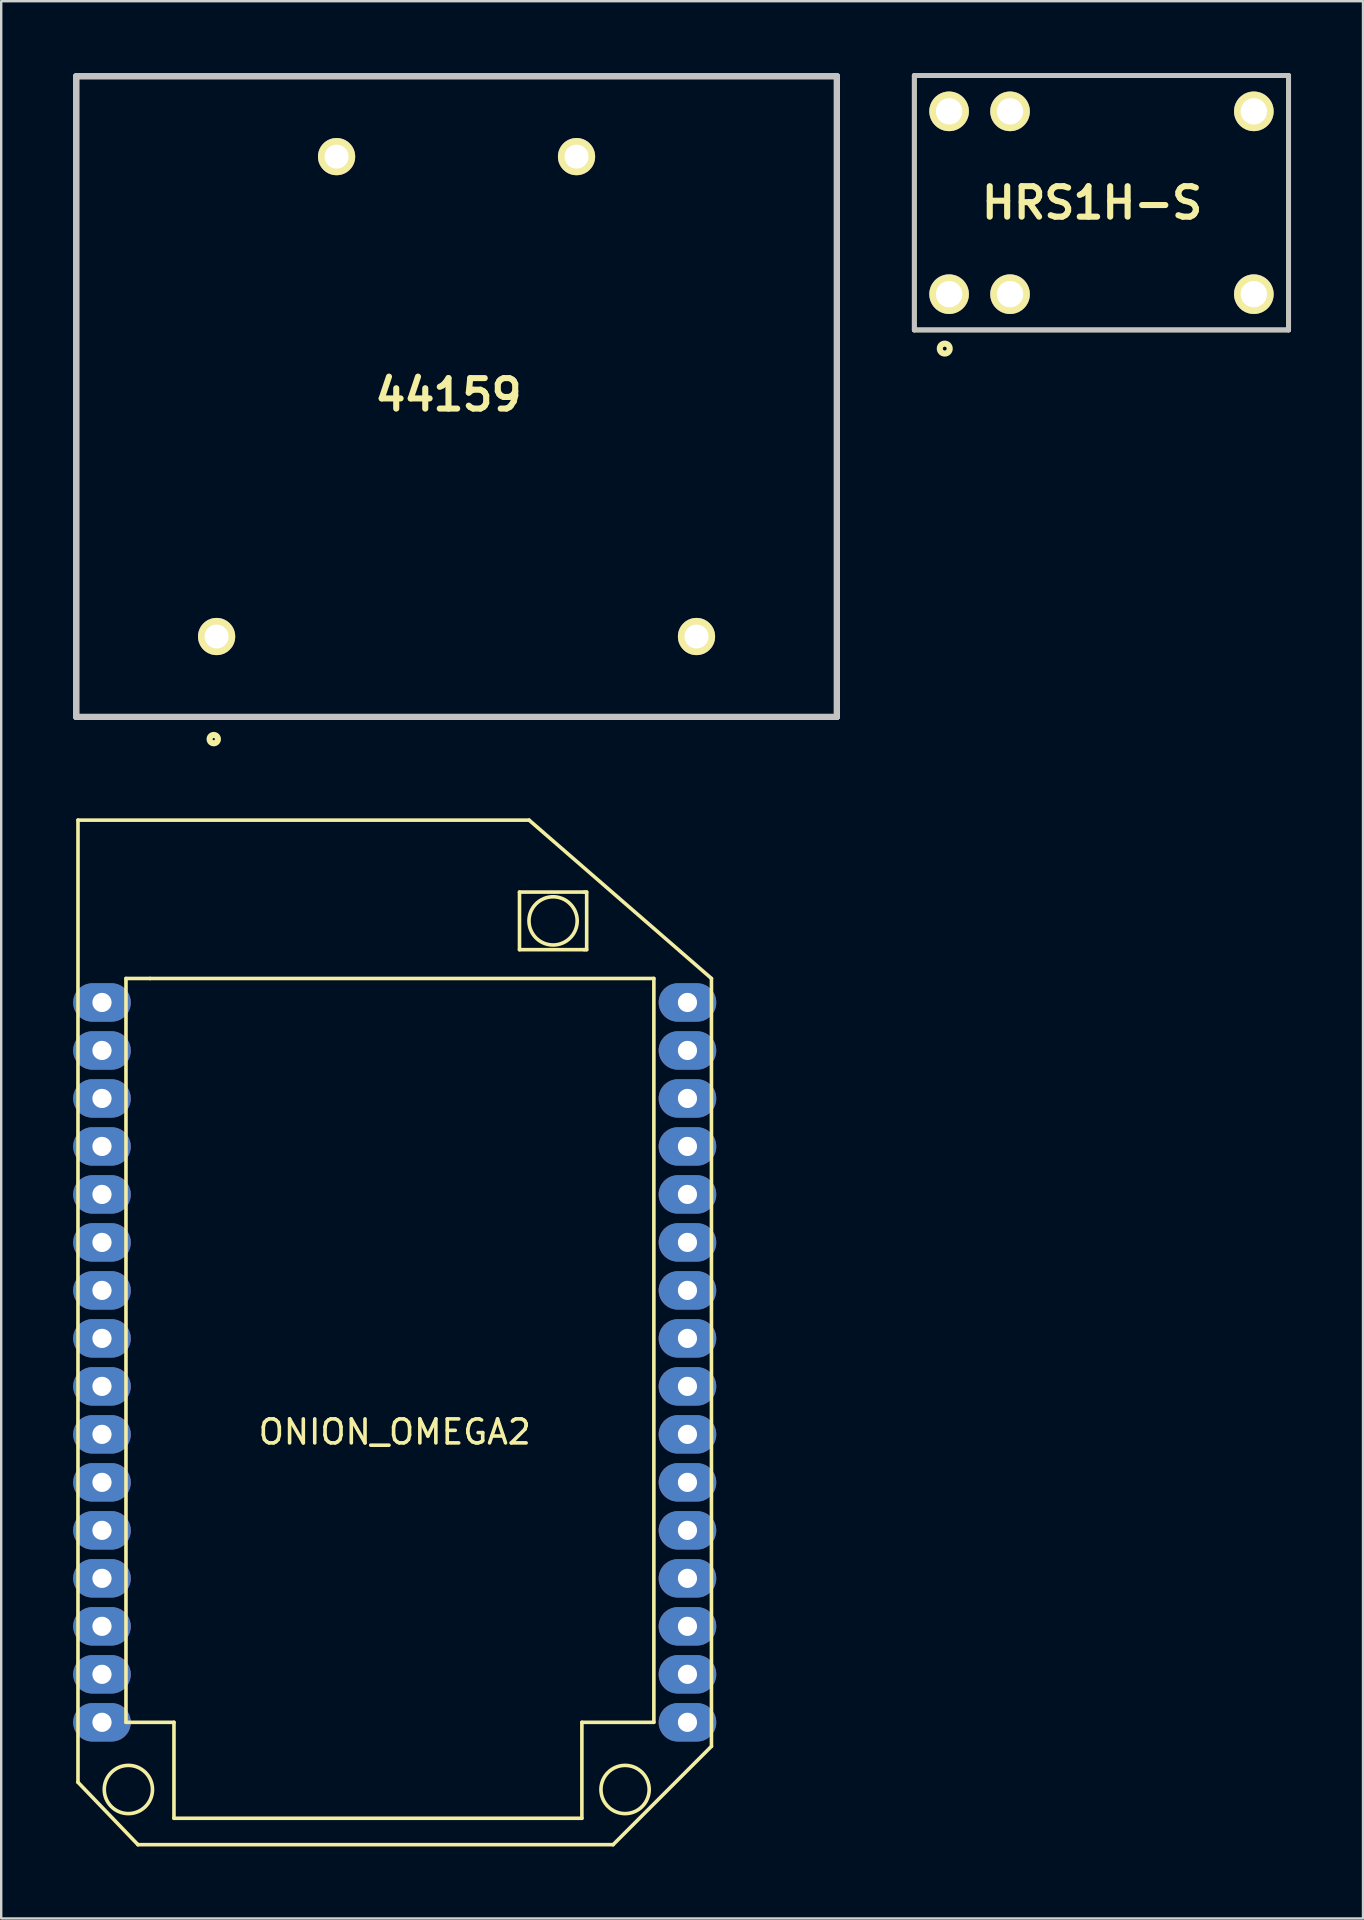
<source format=kicad_pcb>
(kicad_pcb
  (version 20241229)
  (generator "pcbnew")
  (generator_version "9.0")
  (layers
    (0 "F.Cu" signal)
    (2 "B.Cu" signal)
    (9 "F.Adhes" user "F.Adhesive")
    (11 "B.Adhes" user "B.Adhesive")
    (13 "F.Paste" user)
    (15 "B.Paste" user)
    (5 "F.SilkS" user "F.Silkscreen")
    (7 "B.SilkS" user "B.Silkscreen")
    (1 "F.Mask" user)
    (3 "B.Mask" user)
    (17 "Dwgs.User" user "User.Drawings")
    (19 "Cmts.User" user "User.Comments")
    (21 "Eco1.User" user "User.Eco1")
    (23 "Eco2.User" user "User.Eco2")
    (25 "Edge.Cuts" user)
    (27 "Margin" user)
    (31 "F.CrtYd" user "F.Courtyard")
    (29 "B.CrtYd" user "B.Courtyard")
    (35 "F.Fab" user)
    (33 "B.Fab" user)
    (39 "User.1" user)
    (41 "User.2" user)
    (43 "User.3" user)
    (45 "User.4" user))
  (footprint "ONION_OMEGA2"
    (layer "F.Cu")
    (at 1.2 38.728)
    (property "Reference" "ONION_OMEGA2" (at 12.2 17.9 0) (layer "F.SilkS") (effects (font (size 1 1) (thickness 0.15))))
    (attr through_hole)
    (fp_line (start -1 -7.6) (end -1 32.5) (stroke (width 0.15) (type solid)) (layer "F.SilkS"))
    (fp_line (start -1 -7.6) (end 17.8 -7.6) (stroke (width 0.15) (type solid)) (layer "F.SilkS"))
    (fp_line (start -1 32.5) (end 1.5 35.1) (stroke (width 0.15) (type solid)) (layer "F.SilkS"))
    (fp_line (start 1 -1) (end 2 -1) (stroke (width 0.15) (type solid)) (layer "F.SilkS"))
    (fp_line (start 1 30) (end 1 -1) (stroke (width 0.15) (type solid)) (layer "F.SilkS"))
    (fp_line (start 1.5 35.1) (end 21.3 35.1) (stroke (width 0.15) (type solid)) (layer "F.SilkS"))
    (fp_line (start 2 -1) (end 23 -1) (stroke (width 0.15) (type solid)) (layer "F.SilkS"))
    (fp_line (start 3 30) (end 1 30) (stroke (width 0.15) (type solid)) (layer "F.SilkS"))
    (fp_line (start 3 34) (end 3 30) (stroke (width 0.15) (type solid)) (layer "F.SilkS"))
    (fp_line (start 17.4 -4.6) (end 20.1 -4.6) (stroke (width 0.15) (type solid)) (layer "F.SilkS"))
    (fp_line (start 17.4 -2.2) (end 17.4 -4.6) (stroke (width 0.15) (type solid)) (layer "F.SilkS"))
    (fp_line (start 17.8 -7.6) (end 25.4 -1) (stroke (width 0.15) (type solid)) (layer "F.SilkS"))
    (fp_line (start 20 30) (end 20 34) (stroke (width 0.15) (type solid)) (layer "F.SilkS"))
    (fp_line (start 20 34) (end 3 34) (stroke (width 0.15) (type solid)) (layer "F.SilkS"))
    (fp_line (start 20.1 -2.2) (end 17.4 -2.2) (stroke (width 0.15) (type solid)) (layer "F.SilkS"))
    (fp_line (start 20.2 -4.6) (end 20.1 -4.6) (stroke (width 0.15) (type solid)) (layer "F.SilkS"))
    (fp_line (start 20.2 -4.6) (end 20.2 -2.2) (stroke (width 0.15) (type solid)) (layer "F.SilkS"))
    (fp_line (start 20.2 -2.2) (end 20.1 -2.2) (stroke (width 0.15) (type solid)) (layer "F.SilkS"))
    (fp_line (start 23 -1) (end 23 30) (stroke (width 0.15) (type solid)) (layer "F.SilkS"))
    (fp_line (start 23 30) (end 20 30) (stroke (width 0.15) (type solid)) (layer "F.SilkS"))
    (fp_line (start 25.4 -1) (end 25.4 31) (stroke (width 0.15) (type solid)) (layer "F.SilkS"))
    (fp_line (start 25.4 31) (end 21.3 35.1) (stroke (width 0.15) (type solid)) (layer "F.SilkS"))
    (fp_circle (center 1.1 32.8) (end 2.1 32.9) (stroke (width 0.15) (type solid)) (fill no) (layer "F.SilkS"))
    (fp_circle (center 18.8 -3.4) (end 19.8 -3.5) (stroke (width 0.15) (type solid)) (fill no) (layer "F.SilkS"))
    (fp_circle (center 21.8 32.8) (end 22.8 32.7) (stroke (width 0.15) (type solid)) (fill no) (layer "F.SilkS"))
    (pad "1" thru_hole oval (at 0 0) (size 2.4 1.6) (drill 0.8) (layers "*.Cu" "*.Mask"))
    (pad "2" thru_hole oval (at 0 2) (size 2.4 1.6) (drill 0.8) (layers "*.Cu" "*.Mask"))
    (pad "3" thru_hole oval (at 0 4) (size 2.4 1.6) (drill 0.8) (layers "*.Cu" "*.Mask"))
    (pad "4" thru_hole oval (at 0 6) (size 2.4 1.6) (drill 0.8) (layers "*.Cu" "*.Mask"))
    (pad "5" thru_hole oval (at 0 8) (size 2.4 1.6) (drill 0.8) (layers "*.Cu" "*.Mask"))
    (pad "6" thru_hole oval (at 0 10) (size 2.4 1.6) (drill 0.8) (layers "*.Cu" "*.Mask"))
    (pad "7" thru_hole oval (at 0 12) (size 2.4 1.6) (drill 0.8) (layers "*.Cu" "*.Mask"))
    (pad "8" thru_hole oval (at 0 14) (size 2.4 1.6) (drill 0.8) (layers "*.Cu" "*.Mask"))
    (pad "9" thru_hole oval (at 0 16) (size 2.4 1.6) (drill 0.8) (layers "*.Cu" "*.Mask"))
    (pad "10" thru_hole oval (at 0 18) (size 2.4 1.6) (drill 0.8) (layers "*.Cu" "*.Mask"))
    (pad "11" thru_hole oval (at 0 20) (size 2.4 1.6) (drill 0.8) (layers "*.Cu" "*.Mask"))
    (pad "12" thru_hole oval (at 0 22) (size 2.4 1.6) (drill 0.8) (layers "*.Cu" "*.Mask"))
    (pad "13" thru_hole oval (at 0 24) (size 2.4 1.6) (drill 0.8) (layers "*.Cu" "*.Mask"))
    (pad "14" thru_hole oval (at 0 26) (size 2.4 1.6) (drill 0.8) (layers "*.Cu" "*.Mask"))
    (pad "15" thru_hole oval (at 0 28) (size 2.4 1.6) (drill 0.8) (layers "*.Cu" "*.Mask"))
    (pad "16" thru_hole oval (at 0 30) (size 2.4 1.6) (drill 0.8) (layers "*.Cu" "*.Mask"))
    (pad "17" thru_hole oval (at 24.4 30) (size 2.4 1.6) (drill 0.8) (layers "*.Cu" "*.Mask"))
    (pad "18" thru_hole oval (at 24.4 28) (size 2.4 1.6) (drill 0.8) (layers "*.Cu" "*.Mask"))
    (pad "19" thru_hole oval (at 24.4 26) (size 2.4 1.6) (drill 0.8) (layers "*.Cu" "*.Mask"))
    (pad "20" thru_hole oval (at 24.4 24) (size 2.4 1.6) (drill 0.8) (layers "*.Cu" "*.Mask"))
    (pad "21" thru_hole oval (at 24.4 22) (size 2.4 1.6) (drill 0.8) (layers "*.Cu" "*.Mask"))
    (pad "22" thru_hole oval (at 24.4 20) (size 2.4 1.6) (drill 0.8) (layers "*.Cu" "*.Mask"))
    (pad "23" thru_hole oval (at 24.4 18) (size 2.4 1.6) (drill 0.8) (layers "*.Cu" "*.Mask"))
    (pad "24" thru_hole oval (at 24.4 16) (size 2.4 1.6) (drill 0.8) (layers "*.Cu" "*.Mask"))
    (pad "25" thru_hole oval (at 24.4 14) (size 2.4 1.6) (drill 0.8) (layers "*.Cu" "*.Mask"))
    (pad "26" thru_hole oval (at 24.4 12) (size 2.4 1.6) (drill 0.8) (layers "*.Cu" "*.Mask"))
    (pad "27" thru_hole oval (at 24.4 10) (size 2.4 1.6) (drill 0.8) (layers "*.Cu" "*.Mask"))
    (pad "28" thru_hole oval (at 24.4 8) (size 2.4 1.6) (drill 0.8) (layers "*.Cu" "*.Mask"))
    (pad "29" thru_hole oval (at 24.4 6) (size 2.4 1.6) (drill 0.8) (layers "*.Cu" "*.Mask"))
    (pad "30" thru_hole oval (at 24.4 4) (size 2.4 1.6) (drill 0.8) (layers "*.Cu" "*.Mask"))
    (pad "31" thru_hole oval (at 24.4 2) (size 2.4 1.6) (drill 0.8) (layers "*.Cu" "*.Mask"))
    (pad "32" thru_hole oval (at 24.4 0) (size 2.4 1.6) (drill 0.8) (layers "*.Cu" "*.Mask")))
  (footprint "44159"
    (layer "F.Cu")
    (at 15.977 13.477)
    (property "Reference" "44159" (at -0.337 -0.074 0) (layer "F.SilkS") (effects (font (size 1.27 1.27) (thickness 0.254))))
    (attr through_hole)
    (fp_line (start -15.85 -13.35) (end 15.85 -13.35) (stroke (width 0.254) (type solid)) (layer "F.SilkS"))
    (fp_line (start -15.85 13.35) (end -15.85 -13.35) (stroke (width 0.254) (type solid)) (layer "F.SilkS"))
    (fp_line (start 15.85 -13.35) (end 15.85 13.35) (stroke (width 0.254) (type solid)) (layer "F.SilkS"))
    (fp_line (start 15.85 13.35) (end -15.85 13.35) (stroke (width 0.254) (type solid)) (layer "F.SilkS"))
    (fp_circle (center -10.119 14.276) (end -10.292 14.276) (stroke (width 0.254) (type solid)) (fill no) (layer "F.SilkS"))
    (fp_line (start -15.85 -13.35) (end 15.85 -13.35) (stroke (width 0.254) (type solid)) (layer "Dwgs.User"))
    (fp_line (start -15.85 13.35) (end -15.85 -13.35) (stroke (width 0.254) (type solid)) (layer "Dwgs.User"))
    (fp_line (start 15.85 -13.35) (end 15.85 13.35) (stroke (width 0.254) (type solid)) (layer "Dwgs.User"))
    (fp_line (start 15.85 13.35) (end -15.85 13.35) (stroke (width 0.254) (type solid)) (layer "Dwgs.User"))
    (pad "1" thru_hole circle (at -10 10 90) (size 1.55 1.55) (drill 1) (layers "*.Cu" "*.Mask" "F.SilkS"))
    (pad "2" thru_hole circle (at 10 10 90) (size 1.55 1.55) (drill 1) (layers "*.Cu" "*.Mask" "F.SilkS"))
    (pad "3" thru_hole circle (at -5 -10 90) (size 1.55 1.55) (drill 1) (layers "*.Cu" "*.Mask" "F.SilkS"))
    (pad "4" thru_hole circle (at 5 -10 90) (size 1.55 1.55) (drill 1) (layers "*.Cu" "*.Mask" "F.SilkS")))
  (footprint "HRS1H-S"
    (layer "F.Cu")
    (at 42.854 5.4)
    (property "Reference" "HRS1H-S" (at -0.392 0.005 0) (layer "F.SilkS") (effects (font (size 1.27 1.27) (thickness 0.254))))
    (attr through_hole)
    (fp_line (start -7.8 -5.3) (end 7.8 -5.3) (stroke (width 0.2) (type solid)) (layer "F.SilkS"))
    (fp_line (start -7.8 5.3) (end -7.8 -5.3) (stroke (width 0.2) (type solid)) (layer "F.SilkS"))
    (fp_line (start 7.8 -5.3) (end 7.8 5.3) (stroke (width 0.2) (type solid)) (layer "F.SilkS"))
    (fp_line (start 7.8 5.3) (end -7.8 5.3) (stroke (width 0.2) (type solid)) (layer "F.SilkS"))
    (fp_circle (center -6.531 6.078) (end -6.611 6.078) (stroke (width 0.254) (type solid)) (fill no) (layer "F.SilkS"))
    (fp_line (start -7.8 -5.3) (end 7.8 -5.3) (stroke (width 0.2) (type solid)) (layer "Dwgs.User"))
    (fp_line (start -7.8 5.3) (end -7.8 -5.3) (stroke (width 0.2) (type solid)) (layer "Dwgs.User"))
    (fp_line (start 7.8 -5.3) (end 7.8 5.3) (stroke (width 0.2) (type solid)) (layer "Dwgs.User"))
    (fp_line (start 7.8 5.3) (end -7.8 5.3) (stroke (width 0.2) (type solid)) (layer "Dwgs.User"))
    (pad "11" thru_hole circle (at 6.35 -3.81 90) (size 1.65 1.65) (drill 1.1) (layers "*.Cu" "*.Mask" "F.SilkS"))
    (pad "11" thru_hole circle (at 6.35 3.81 90) (size 1.65 1.65) (drill 1.1) (layers "*.Cu" "*.Mask" "F.SilkS"))
    (pad "12" thru_hole circle (at -6.35 3.81 90) (size 1.65 1.65) (drill 1.1) (layers "*.Cu" "*.Mask" "F.SilkS"))
    (pad "14" thru_hole circle (at -6.35 -3.81 90) (size 1.65 1.65) (drill 1.1) (layers "*.Cu" "*.Mask" "F.SilkS"))
    (pad "A1" thru_hole circle (at -3.81 -3.81 90) (size 1.65 1.65) (drill 1.1) (layers "*.Cu" "*.Mask" "F.SilkS"))
    (pad "A2" thru_hole circle (at -3.81 3.81 90) (size 1.65 1.65) (drill 1.1) (layers "*.Cu" "*.Mask" "F.SilkS")))
  (gr_rect
    (start -3 -3)
    (end 53.754 76.903)
    (stroke (width 0.1) (type default))
    (fill no)
    (layer "Edge.Cuts")))
</source>
